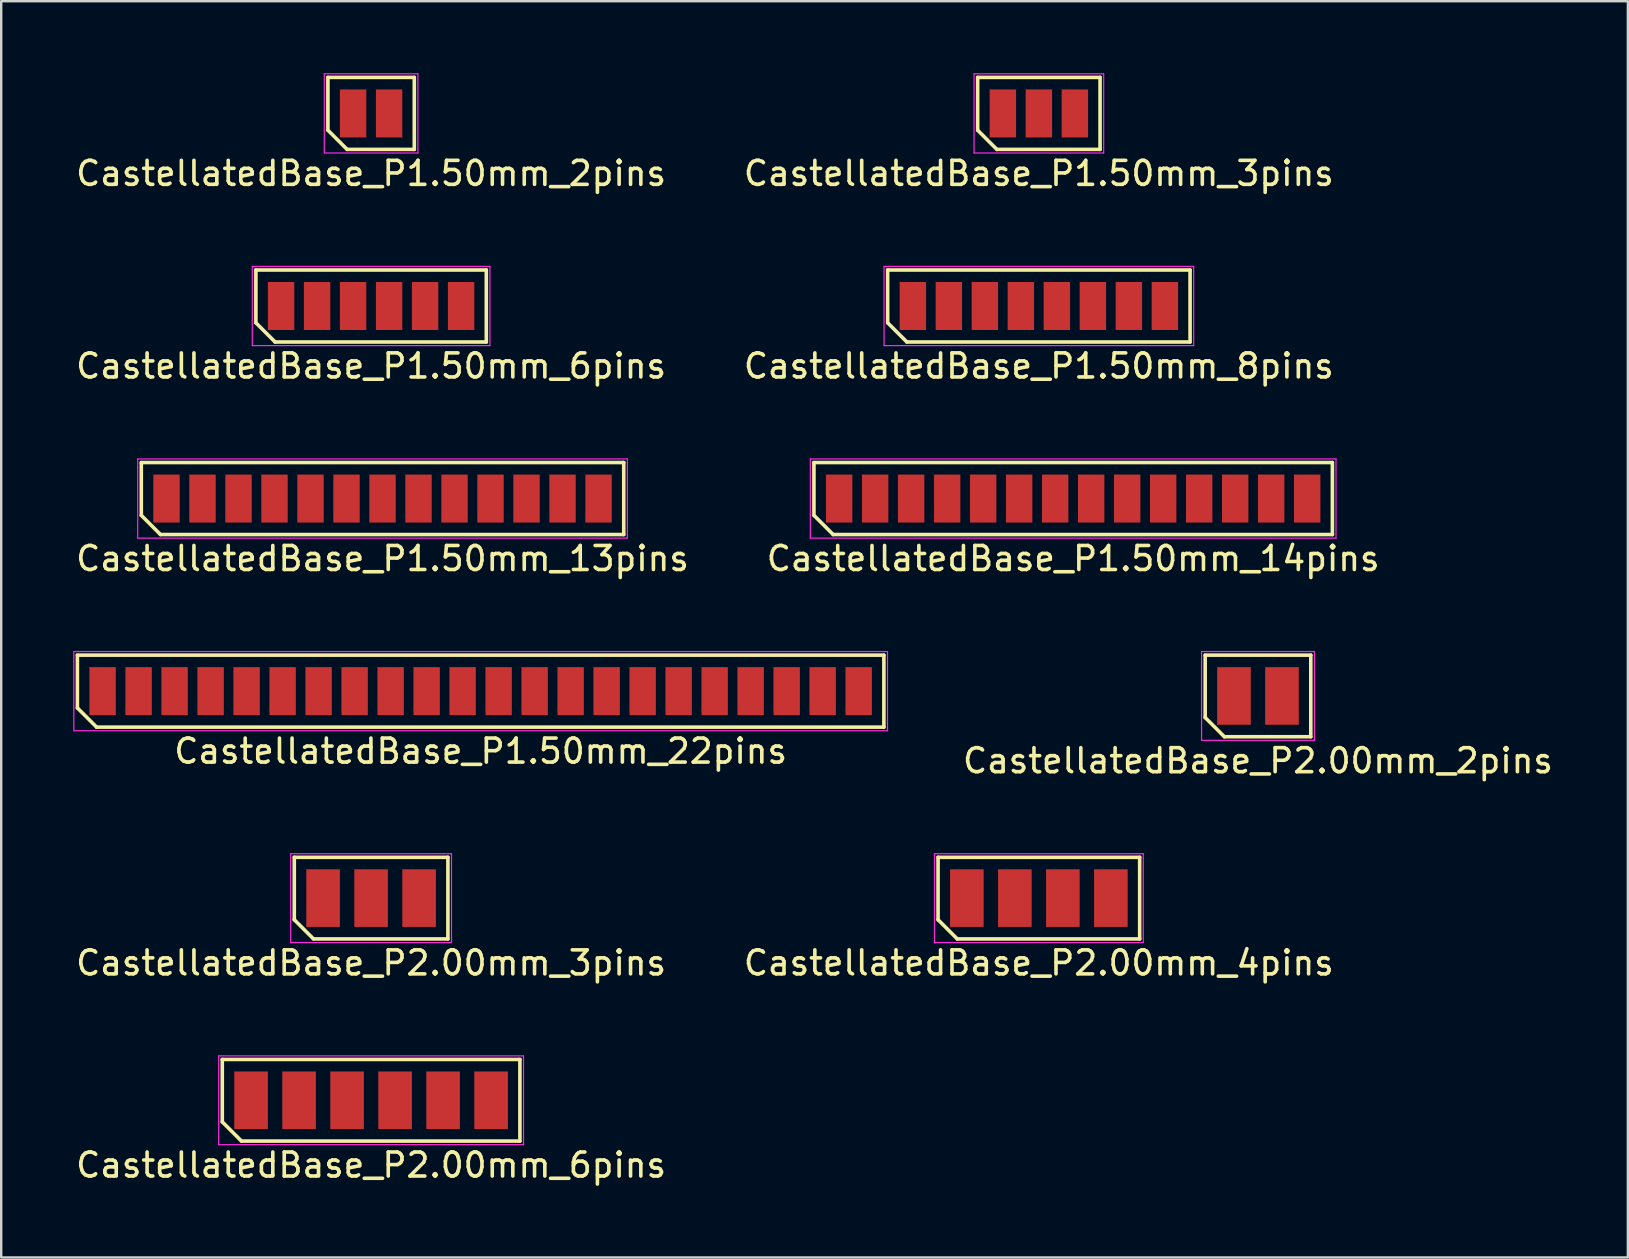
<source format=kicad_pcb>
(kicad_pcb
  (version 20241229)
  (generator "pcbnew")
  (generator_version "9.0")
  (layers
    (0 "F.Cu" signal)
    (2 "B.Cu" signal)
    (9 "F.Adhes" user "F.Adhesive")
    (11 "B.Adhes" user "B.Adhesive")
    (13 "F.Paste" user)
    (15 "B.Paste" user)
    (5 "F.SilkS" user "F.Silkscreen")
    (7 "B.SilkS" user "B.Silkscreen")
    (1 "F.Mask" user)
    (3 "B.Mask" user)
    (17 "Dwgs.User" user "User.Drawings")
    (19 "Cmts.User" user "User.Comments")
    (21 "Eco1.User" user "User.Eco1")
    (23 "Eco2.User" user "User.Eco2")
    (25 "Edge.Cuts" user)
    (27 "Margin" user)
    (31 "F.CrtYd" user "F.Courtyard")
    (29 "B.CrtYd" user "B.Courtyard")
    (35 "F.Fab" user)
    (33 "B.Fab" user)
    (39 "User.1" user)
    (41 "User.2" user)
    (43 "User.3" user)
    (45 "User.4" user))
  (footprint "CastellatedBase_P1.50mm_13pins"
    (layer "F.Cu")
    (at 12.887 17.721)
    (property "Reference" "CastellatedBase_P1.50mm_13pins" (at 0 2.5 0) (layer "F.SilkS") (effects (font (size 1 1) (thickness 0.15))))
    (attr smd)
    (fp_line (start -10.05 -1.5) (end 10.05 -1.5) (stroke (width 0.15) (type solid)) (layer "F.SilkS"))
    (fp_line (start -10.05 0.7) (end -10.05 -1.5) (stroke (width 0.15) (type solid)) (layer "F.SilkS"))
    (fp_line (start -9.25 1.5) (end -10.05 0.7) (stroke (width 0.15) (type solid)) (layer "F.SilkS"))
    (fp_line (start 10.05 -1.5) (end 10.05 1.5) (stroke (width 0.15) (type solid)) (layer "F.SilkS"))
    (fp_line (start 10.05 1.5) (end -9.25 1.5) (stroke (width 0.15) (type solid)) (layer "F.SilkS"))
    (fp_line (start -10.2 -1.65) (end 10.2 -1.65) (stroke (width 0.05) (type solid)) (layer "F.CrtYd"))
    (fp_line (start -10.2 1.65) (end -10.2 -1.65) (stroke (width 0.05) (type solid)) (layer "F.CrtYd"))
    (fp_line (start 10.2 -1.65) (end 10.2 1.65) (stroke (width 0.05) (type solid)) (layer "F.CrtYd"))
    (fp_line (start 10.2 1.65) (end -10.2 1.65) (stroke (width 0.05) (type solid)) (layer "F.CrtYd"))
    (pad "1" smd rect (at -9 0) (size 1.1 2) (layers "F.Cu" "F.Mask" "F.Paste"))
    (pad "2" smd rect (at -7.5 0) (size 1.1 2) (layers "F.Cu" "F.Mask" "F.Paste"))
    (pad "3" smd rect (at -6 0) (size 1.1 2) (layers "F.Cu" "F.Mask" "F.Paste"))
    (pad "4" smd rect (at -4.5 0) (size 1.1 2) (layers "F.Cu" "F.Mask" "F.Paste"))
    (pad "5" smd rect (at -3 0) (size 1.1 2) (layers "F.Cu" "F.Mask" "F.Paste"))
    (pad "6" smd rect (at -1.5 0) (size 1.1 2) (layers "F.Cu" "F.Mask" "F.Paste"))
    (pad "7" smd rect (at 0 0) (size 1.1 2) (layers "F.Cu" "F.Mask" "F.Paste"))
    (pad "8" smd rect (at 1.5 0) (size 1.1 2) (layers "F.Cu" "F.Mask" "F.Paste"))
    (pad "9" smd rect (at 3 0) (size 1.1 2) (layers "F.Cu" "F.Mask" "F.Paste"))
    (pad "10" smd rect (at 4.5 0) (size 1.1 2) (layers "F.Cu" "F.Mask" "F.Paste"))
    (pad "11" smd rect (at 6 0) (size 1.1 2) (layers "F.Cu" "F.Mask" "F.Paste"))
    (pad "12" smd rect (at 7.5 0) (size 1.1 2) (layers "F.Cu" "F.Mask" "F.Paste"))
    (pad "13" smd rect (at 9 0) (size 1.1 2) (layers "F.Cu" "F.Mask" "F.Paste")))
  (footprint "CastellatedBase_P1.50mm_22pins"
    (layer "F.Cu")
    (at 16.975 25.745)
    (property "Reference" "CastellatedBase_P1.50mm_22pins" (at 0 2.5 0) (layer "F.SilkS") (effects (font (size 1 1) (thickness 0.15))))
    (attr smd)
    (fp_line (start -16.8 -1.5) (end 16.8 -1.5) (stroke (width 0.15) (type solid)) (layer "F.SilkS"))
    (fp_line (start -16.8 0.7) (end -16.8 -1.5) (stroke (width 0.15) (type solid)) (layer "F.SilkS"))
    (fp_line (start -16 1.5) (end -16.8 0.7) (stroke (width 0.15) (type solid)) (layer "F.SilkS"))
    (fp_line (start 16.8 -1.5) (end 16.8 1.5) (stroke (width 0.15) (type solid)) (layer "F.SilkS"))
    (fp_line (start 16.8 1.5) (end -16 1.5) (stroke (width 0.15) (type solid)) (layer "F.SilkS"))
    (fp_line (start -16.95 -1.65) (end 16.95 -1.65) (stroke (width 0.05) (type solid)) (layer "F.CrtYd"))
    (fp_line (start -16.95 1.65) (end -16.95 -1.65) (stroke (width 0.05) (type solid)) (layer "F.CrtYd"))
    (fp_line (start 16.95 -1.65) (end 16.95 1.65) (stroke (width 0.05) (type solid)) (layer "F.CrtYd"))
    (fp_line (start 16.95 1.65) (end -16.95 1.65) (stroke (width 0.05) (type solid)) (layer "F.CrtYd"))
    (pad "1" smd rect (at -15.75 0) (size 1.1 2) (layers "F.Cu" "F.Mask" "F.Paste"))
    (pad "2" smd rect (at -14.25 0) (size 1.1 2) (layers "F.Cu" "F.Mask" "F.Paste"))
    (pad "3" smd rect (at -12.75 0) (size 1.1 2) (layers "F.Cu" "F.Mask" "F.Paste"))
    (pad "4" smd rect (at -11.25 0) (size 1.1 2) (layers "F.Cu" "F.Mask" "F.Paste"))
    (pad "5" smd rect (at -9.75 0) (size 1.1 2) (layers "F.Cu" "F.Mask" "F.Paste"))
    (pad "6" smd rect (at -8.25 0) (size 1.1 2) (layers "F.Cu" "F.Mask" "F.Paste"))
    (pad "7" smd rect (at -6.75 0) (size 1.1 2) (layers "F.Cu" "F.Mask" "F.Paste"))
    (pad "8" smd rect (at -5.25 0) (size 1.1 2) (layers "F.Cu" "F.Mask" "F.Paste"))
    (pad "9" smd rect (at -3.75 0) (size 1.1 2) (layers "F.Cu" "F.Mask" "F.Paste"))
    (pad "10" smd rect (at -2.25 0) (size 1.1 2) (layers "F.Cu" "F.Mask" "F.Paste"))
    (pad "11" smd rect (at -0.75 0) (size 1.1 2) (layers "F.Cu" "F.Mask" "F.Paste"))
    (pad "12" smd rect (at 0.75 0) (size 1.1 2) (layers "F.Cu" "F.Mask" "F.Paste"))
    (pad "13" smd rect (at 2.25 0) (size 1.1 2) (layers "F.Cu" "F.Mask" "F.Paste"))
    (pad "14" smd rect (at 3.75 0) (size 1.1 2) (layers "F.Cu" "F.Mask" "F.Paste"))
    (pad "15" smd rect (at 5.25 0) (size 1.1 2) (layers "F.Cu" "F.Mask" "F.Paste"))
    (pad "16" smd rect (at 6.75 0) (size 1.1 2) (layers "F.Cu" "F.Mask" "F.Paste"))
    (pad "17" smd rect (at 8.25 0) (size 1.1 2) (layers "F.Cu" "F.Mask" "F.Paste"))
    (pad "18" smd rect (at 9.75 0) (size 1.1 2) (layers "F.Cu" "F.Mask" "F.Paste"))
    (pad "19" smd rect (at 11.25 0) (size 1.1 2) (layers "F.Cu" "F.Mask" "F.Paste"))
    (pad "20" smd rect (at 12.75 0) (size 1.1 2) (layers "F.Cu" "F.Mask" "F.Paste"))
    (pad "21" smd rect (at 14.25 0) (size 1.1 2) (layers "F.Cu" "F.Mask" "F.Paste"))
    (pad "22" smd rect (at 15.75 0) (size 1.1 2) (layers "F.Cu" "F.Mask" "F.Paste")))
  (footprint "CastellatedBase_P1.50mm_3pins"
    (layer "F.Cu")
    (at 40.232 1.675)
    (property "Reference" "CastellatedBase_P1.50mm_3pins" (at 0 2.5 0) (layer "F.SilkS") (effects (font (size 1 1) (thickness 0.15))))
    (attr smd)
    (fp_line (start -2.55 -1.5) (end 2.55 -1.5) (stroke (width 0.15) (type solid)) (layer "F.SilkS"))
    (fp_line (start -2.55 0.7) (end -2.55 -1.5) (stroke (width 0.15) (type solid)) (layer "F.SilkS"))
    (fp_line (start -1.75 1.5) (end -2.55 0.7) (stroke (width 0.15) (type solid)) (layer "F.SilkS"))
    (fp_line (start 2.55 -1.5) (end 2.55 1.5) (stroke (width 0.15) (type solid)) (layer "F.SilkS"))
    (fp_line (start 2.55 1.5) (end -1.75 1.5) (stroke (width 0.15) (type solid)) (layer "F.SilkS"))
    (fp_line (start -2.7 -1.65) (end 2.7 -1.65) (stroke (width 0.05) (type solid)) (layer "F.CrtYd"))
    (fp_line (start -2.7 1.65) (end -2.7 -1.65) (stroke (width 0.05) (type solid)) (layer "F.CrtYd"))
    (fp_line (start 2.7 -1.65) (end 2.7 1.65) (stroke (width 0.05) (type solid)) (layer "F.CrtYd"))
    (fp_line (start 2.7 1.65) (end -2.7 1.65) (stroke (width 0.05) (type solid)) (layer "F.CrtYd"))
    (pad "1" smd rect (at -1.5 0) (size 1.1 2) (layers "F.Cu" "F.Mask" "F.Paste"))
    (pad "2" smd rect (at 0 0) (size 1.1 2) (layers "F.Cu" "F.Mask" "F.Paste"))
    (pad "3" smd rect (at 1.5 0) (size 1.1 2) (layers "F.Cu" "F.Mask" "F.Paste")))
  (footprint "CastellatedBase_P2.00mm_3pins"
    (layer "F.Cu")
    (at 12.411 34.368)
    (property "Reference" "CastellatedBase_P2.00mm_3pins" (at 0 2.7 0) (layer "F.SilkS") (effects (font (size 1 1) (thickness 0.15))))
    (attr smd)
    (fp_line (start -3.2 -1.7) (end 3.2 -1.7) (stroke (width 0.15) (type solid)) (layer "F.SilkS"))
    (fp_line (start -3.2 0.9) (end -3.2 -1.7) (stroke (width 0.15) (type solid)) (layer "F.SilkS"))
    (fp_line (start -2.4 1.7) (end -3.2 0.9) (stroke (width 0.15) (type solid)) (layer "F.SilkS"))
    (fp_line (start 3.2 -1.7) (end 3.2 1.7) (stroke (width 0.15) (type solid)) (layer "F.SilkS"))
    (fp_line (start 3.2 1.7) (end -2.4 1.7) (stroke (width 0.15) (type solid)) (layer "F.SilkS"))
    (fp_line (start -3.35 -1.85) (end 3.35 -1.85) (stroke (width 0.05) (type solid)) (layer "F.CrtYd"))
    (fp_line (start -3.35 1.85) (end -3.35 -1.85) (stroke (width 0.05) (type solid)) (layer "F.CrtYd"))
    (fp_line (start 3.35 -1.85) (end 3.35 1.85) (stroke (width 0.05) (type solid)) (layer "F.CrtYd"))
    (fp_line (start 3.35 1.85) (end -3.35 1.85) (stroke (width 0.05) (type solid)) (layer "F.CrtYd"))
    (pad "1" smd rect (at -2 0) (size 1.4 2.4) (layers "F.Cu" "F.Mask" "F.Paste"))
    (pad "2" smd rect (at 0 0) (size 1.4 2.4) (layers "F.Cu" "F.Mask" "F.Paste"))
    (pad "3" smd rect (at 2 0) (size 1.4 2.4) (layers "F.Cu" "F.Mask" "F.Paste")))
  (footprint "CastellatedBase_P2.00mm_4pins"
    (layer "F.Cu")
    (at 40.232 34.368)
    (property "Reference" "CastellatedBase_P2.00mm_4pins" (at 0 2.7 0) (layer "F.SilkS") (effects (font (size 1 1) (thickness 0.15))))
    (attr smd)
    (fp_line (start -4.2 -1.7) (end 4.2 -1.7) (stroke (width 0.15) (type solid)) (layer "F.SilkS"))
    (fp_line (start -4.2 0.9) (end -4.2 -1.7) (stroke (width 0.15) (type solid)) (layer "F.SilkS"))
    (fp_line (start -3.4 1.7) (end -4.2 0.9) (stroke (width 0.15) (type solid)) (layer "F.SilkS"))
    (fp_line (start 4.2 -1.7) (end 4.2 1.7) (stroke (width 0.15) (type solid)) (layer "F.SilkS"))
    (fp_line (start 4.2 1.7) (end -3.4 1.7) (stroke (width 0.15) (type solid)) (layer "F.SilkS"))
    (fp_line (start -4.35 -1.85) (end 4.35 -1.85) (stroke (width 0.05) (type solid)) (layer "F.CrtYd"))
    (fp_line (start -4.35 1.85) (end -4.35 -1.85) (stroke (width 0.05) (type solid)) (layer "F.CrtYd"))
    (fp_line (start 4.35 -1.85) (end 4.35 1.85) (stroke (width 0.05) (type solid)) (layer "F.CrtYd"))
    (fp_line (start 4.35 1.85) (end -4.35 1.85) (stroke (width 0.05) (type solid)) (layer "F.CrtYd"))
    (pad "1" smd rect (at -3 0) (size 1.4 2.4) (layers "F.Cu" "F.Mask" "F.Paste"))
    (pad "2" smd rect (at -1 0) (size 1.4 2.4) (layers "F.Cu" "F.Mask" "F.Paste"))
    (pad "3" smd rect (at 1 0) (size 1.4 2.4) (layers "F.Cu" "F.Mask" "F.Paste"))
    (pad "4" smd rect (at 3 0) (size 1.4 2.4) (layers "F.Cu" "F.Mask" "F.Paste")))
  (footprint "CastellatedBase_P1.50mm_8pins"
    (layer "F.Cu")
    (at 40.232 9.698)
    (property "Reference" "CastellatedBase_P1.50mm_8pins" (at 0 2.5 0) (layer "F.SilkS") (effects (font (size 1 1) (thickness 0.15))))
    (attr smd)
    (fp_line (start -6.3 -1.5) (end 6.3 -1.5) (stroke (width 0.15) (type solid)) (layer "F.SilkS"))
    (fp_line (start -6.3 0.7) (end -6.3 -1.5) (stroke (width 0.15) (type solid)) (layer "F.SilkS"))
    (fp_line (start -5.5 1.5) (end -6.3 0.7) (stroke (width 0.15) (type solid)) (layer "F.SilkS"))
    (fp_line (start 6.3 -1.5) (end 6.3 1.5) (stroke (width 0.15) (type solid)) (layer "F.SilkS"))
    (fp_line (start 6.3 1.5) (end -5.5 1.5) (stroke (width 0.15) (type solid)) (layer "F.SilkS"))
    (fp_line (start -6.45 -1.65) (end 6.45 -1.65) (stroke (width 0.05) (type solid)) (layer "F.CrtYd"))
    (fp_line (start -6.45 1.65) (end -6.45 -1.65) (stroke (width 0.05) (type solid)) (layer "F.CrtYd"))
    (fp_line (start 6.45 -1.65) (end 6.45 1.65) (stroke (width 0.05) (type solid)) (layer "F.CrtYd"))
    (fp_line (start 6.45 1.65) (end -6.45 1.65) (stroke (width 0.05) (type solid)) (layer "F.CrtYd"))
    (pad "1" smd rect (at -5.25 0) (size 1.1 2) (layers "F.Cu" "F.Mask" "F.Paste"))
    (pad "2" smd rect (at -3.75 0) (size 1.1 2) (layers "F.Cu" "F.Mask" "F.Paste"))
    (pad "3" smd rect (at -2.25 0) (size 1.1 2) (layers "F.Cu" "F.Mask" "F.Paste"))
    (pad "4" smd rect (at -0.75 0) (size 1.1 2) (layers "F.Cu" "F.Mask" "F.Paste"))
    (pad "5" smd rect (at 0.75 0) (size 1.1 2) (layers "F.Cu" "F.Mask" "F.Paste"))
    (pad "6" smd rect (at 2.25 0) (size 1.1 2) (layers "F.Cu" "F.Mask" "F.Paste"))
    (pad "7" smd rect (at 3.75 0) (size 1.1 2) (layers "F.Cu" "F.Mask" "F.Paste"))
    (pad "8" smd rect (at 5.25 0) (size 1.1 2) (layers "F.Cu" "F.Mask" "F.Paste")))
  (footprint "CastellatedBase_P1.50mm_2pins"
    (layer "F.Cu")
    (at 12.411 1.675)
    (property "Reference" "CastellatedBase_P1.50mm_2pins" (at 0 2.5 0) (layer "F.SilkS") (effects (font (size 1 1) (thickness 0.15))))
    (attr smd)
    (fp_line (start -1.8 -1.5) (end 1.8 -1.5) (stroke (width 0.15) (type solid)) (layer "F.SilkS"))
    (fp_line (start -1.8 0.7) (end -1.8 -1.5) (stroke (width 0.15) (type solid)) (layer "F.SilkS"))
    (fp_line (start -1 1.5) (end -1.8 0.7) (stroke (width 0.15) (type solid)) (layer "F.SilkS"))
    (fp_line (start 1.8 -1.5) (end 1.8 1.5) (stroke (width 0.15) (type solid)) (layer "F.SilkS"))
    (fp_line (start 1.8 1.5) (end -1 1.5) (stroke (width 0.15) (type solid)) (layer "F.SilkS"))
    (fp_line (start -1.95 -1.65) (end 1.95 -1.65) (stroke (width 0.05) (type solid)) (layer "F.CrtYd"))
    (fp_line (start -1.95 1.65) (end -1.95 -1.65) (stroke (width 0.05) (type solid)) (layer "F.CrtYd"))
    (fp_line (start 1.95 -1.65) (end 1.95 1.65) (stroke (width 0.05) (type solid)) (layer "F.CrtYd"))
    (fp_line (start 1.95 1.65) (end -1.95 1.65) (stroke (width 0.05) (type solid)) (layer "F.CrtYd"))
    (pad "1" smd rect (at -0.75 0) (size 1.1 2) (layers "F.Cu" "F.Mask" "F.Paste"))
    (pad "2" smd rect (at 0.75 0) (size 1.1 2) (layers "F.Cu" "F.Mask" "F.Paste")))
  (footprint "CastellatedBase_P2.00mm_2pins"
    (layer "F.Cu")
    (at 49.361 25.945)
    (property "Reference" "CastellatedBase_P2.00mm_2pins" (at 0 2.7 0) (layer "F.SilkS") (effects (font (size 1 1) (thickness 0.15))))
    (attr smd)
    (fp_line (start -2.2 -1.7) (end 2.2 -1.7) (stroke (width 0.15) (type solid)) (layer "F.SilkS"))
    (fp_line (start -2.2 0.9) (end -2.2 -1.7) (stroke (width 0.15) (type solid)) (layer "F.SilkS"))
    (fp_line (start -1.4 1.7) (end -2.2 0.9) (stroke (width 0.15) (type solid)) (layer "F.SilkS"))
    (fp_line (start 2.2 -1.7) (end 2.2 1.7) (stroke (width 0.15) (type solid)) (layer "F.SilkS"))
    (fp_line (start 2.2 1.7) (end -1.4 1.7) (stroke (width 0.15) (type solid)) (layer "F.SilkS"))
    (fp_line (start -2.35 -1.85) (end 2.35 -1.85) (stroke (width 0.05) (type solid)) (layer "F.CrtYd"))
    (fp_line (start -2.35 1.85) (end -2.35 -1.85) (stroke (width 0.05) (type solid)) (layer "F.CrtYd"))
    (fp_line (start 2.35 -1.85) (end 2.35 1.85) (stroke (width 0.05) (type solid)) (layer "F.CrtYd"))
    (fp_line (start 2.35 1.85) (end -2.35 1.85) (stroke (width 0.05) (type solid)) (layer "F.CrtYd"))
    (pad "1" smd rect (at -1 0) (size 1.4 2.4) (layers "F.Cu" "F.Mask" "F.Paste"))
    (pad "2" smd rect (at 1 0) (size 1.4 2.4) (layers "F.Cu" "F.Mask" "F.Paste")))
  (footprint "CastellatedBase_P2.00mm_6pins"
    (layer "F.Cu")
    (at 12.411 42.791)
    (property "Reference" "CastellatedBase_P2.00mm_6pins" (at 0 2.7 0) (layer "F.SilkS") (effects (font (size 1 1) (thickness 0.15))))
    (attr smd)
    (fp_line (start -6.2 -1.7) (end 6.2 -1.7) (stroke (width 0.15) (type solid)) (layer "F.SilkS"))
    (fp_line (start -6.2 0.9) (end -6.2 -1.7) (stroke (width 0.15) (type solid)) (layer "F.SilkS"))
    (fp_line (start -5.4 1.7) (end -6.2 0.9) (stroke (width 0.15) (type solid)) (layer "F.SilkS"))
    (fp_line (start 6.2 -1.7) (end 6.2 1.7) (stroke (width 0.15) (type solid)) (layer "F.SilkS"))
    (fp_line (start 6.2 1.7) (end -5.4 1.7) (stroke (width 0.15) (type solid)) (layer "F.SilkS"))
    (fp_line (start -6.35 -1.85) (end 6.35 -1.85) (stroke (width 0.05) (type solid)) (layer "F.CrtYd"))
    (fp_line (start -6.35 1.85) (end -6.35 -1.85) (stroke (width 0.05) (type solid)) (layer "F.CrtYd"))
    (fp_line (start 6.35 -1.85) (end 6.35 1.85) (stroke (width 0.05) (type solid)) (layer "F.CrtYd"))
    (fp_line (start 6.35 1.85) (end -6.35 1.85) (stroke (width 0.05) (type solid)) (layer "F.CrtYd"))
    (pad "1" smd rect (at -5 0) (size 1.4 2.4) (layers "F.Cu" "F.Mask" "F.Paste"))
    (pad "2" smd rect (at -3 0) (size 1.4 2.4) (layers "F.Cu" "F.Mask" "F.Paste"))
    (pad "3" smd rect (at -1 0) (size 1.4 2.4) (layers "F.Cu" "F.Mask" "F.Paste"))
    (pad "4" smd rect (at 1 0) (size 1.4 2.4) (layers "F.Cu" "F.Mask" "F.Paste"))
    (pad "5" smd rect (at 3 0) (size 1.4 2.4) (layers "F.Cu" "F.Mask" "F.Paste"))
    (pad "6" smd rect (at 5 0) (size 1.4 2.4) (layers "F.Cu" "F.Mask" "F.Paste")))
  (footprint "CastellatedBase_P1.50mm_14pins"
    (layer "F.Cu")
    (at 41.661 17.721)
    (property "Reference" "CastellatedBase_P1.50mm_14pins" (at 0 2.5 0) (layer "F.SilkS") (effects (font (size 1 1) (thickness 0.15))))
    (attr smd)
    (fp_line (start -10.8 -1.5) (end 10.8 -1.5) (stroke (width 0.15) (type solid)) (layer "F.SilkS"))
    (fp_line (start -10.8 0.7) (end -10.8 -1.5) (stroke (width 0.15) (type solid)) (layer "F.SilkS"))
    (fp_line (start -10 1.5) (end -10.8 0.7) (stroke (width 0.15) (type solid)) (layer "F.SilkS"))
    (fp_line (start 10.8 -1.5) (end 10.8 1.5) (stroke (width 0.15) (type solid)) (layer "F.SilkS"))
    (fp_line (start 10.8 1.5) (end -10 1.5) (stroke (width 0.15) (type solid)) (layer "F.SilkS"))
    (fp_line (start -10.95 -1.65) (end 10.95 -1.65) (stroke (width 0.05) (type solid)) (layer "F.CrtYd"))
    (fp_line (start -10.95 1.65) (end -10.95 -1.65) (stroke (width 0.05) (type solid)) (layer "F.CrtYd"))
    (fp_line (start 10.95 -1.65) (end 10.95 1.65) (stroke (width 0.05) (type solid)) (layer "F.CrtYd"))
    (fp_line (start 10.95 1.65) (end -10.95 1.65) (stroke (width 0.05) (type solid)) (layer "F.CrtYd"))
    (pad "1" smd rect (at -9.75 0) (size 1.1 2) (layers "F.Cu" "F.Mask" "F.Paste"))
    (pad "2" smd rect (at -8.25 0) (size 1.1 2) (layers "F.Cu" "F.Mask" "F.Paste"))
    (pad "3" smd rect (at -6.75 0) (size 1.1 2) (layers "F.Cu" "F.Mask" "F.Paste"))
    (pad "4" smd rect (at -5.25 0) (size 1.1 2) (layers "F.Cu" "F.Mask" "F.Paste"))
    (pad "5" smd rect (at -3.75 0) (size 1.1 2) (layers "F.Cu" "F.Mask" "F.Paste"))
    (pad "6" smd rect (at -2.25 0) (size 1.1 2) (layers "F.Cu" "F.Mask" "F.Paste"))
    (pad "7" smd rect (at -0.75 0) (size 1.1 2) (layers "F.Cu" "F.Mask" "F.Paste"))
    (pad "8" smd rect (at 0.75 0) (size 1.1 2) (layers "F.Cu" "F.Mask" "F.Paste"))
    (pad "9" smd rect (at 2.25 0) (size 1.1 2) (layers "F.Cu" "F.Mask" "F.Paste"))
    (pad "10" smd rect (at 3.75 0) (size 1.1 2) (layers "F.Cu" "F.Mask" "F.Paste"))
    (pad "11" smd rect (at 5.25 0) (size 1.1 2) (layers "F.Cu" "F.Mask" "F.Paste"))
    (pad "12" smd rect (at 6.75 0) (size 1.1 2) (layers "F.Cu" "F.Mask" "F.Paste"))
    (pad "13" smd rect (at 8.25 0) (size 1.1 2) (layers "F.Cu" "F.Mask" "F.Paste"))
    (pad "14" smd rect (at 9.75 0) (size 1.1 2) (layers "F.Cu" "F.Mask" "F.Paste")))
  (footprint "CastellatedBase_P1.50mm_6pins"
    (layer "F.Cu")
    (at 12.411 9.698)
    (property "Reference" "CastellatedBase_P1.50mm_6pins" (at 0 2.5 0) (layer "F.SilkS") (effects (font (size 1 1) (thickness 0.15))))
    (attr smd)
    (fp_line (start -4.8 -1.5) (end 4.8 -1.5) (stroke (width 0.15) (type solid)) (layer "F.SilkS"))
    (fp_line (start -4.8 0.7) (end -4.8 -1.5) (stroke (width 0.15) (type solid)) (layer "F.SilkS"))
    (fp_line (start -4 1.5) (end -4.8 0.7) (stroke (width 0.15) (type solid)) (layer "F.SilkS"))
    (fp_line (start 4.8 -1.5) (end 4.8 1.5) (stroke (width 0.15) (type solid)) (layer "F.SilkS"))
    (fp_line (start 4.8 1.5) (end -4 1.5) (stroke (width 0.15) (type solid)) (layer "F.SilkS"))
    (fp_line (start -4.95 -1.65) (end 4.95 -1.65) (stroke (width 0.05) (type solid)) (layer "F.CrtYd"))
    (fp_line (start -4.95 1.65) (end -4.95 -1.65) (stroke (width 0.05) (type solid)) (layer "F.CrtYd"))
    (fp_line (start 4.95 -1.65) (end 4.95 1.65) (stroke (width 0.05) (type solid)) (layer "F.CrtYd"))
    (fp_line (start 4.95 1.65) (end -4.95 1.65) (stroke (width 0.05) (type solid)) (layer "F.CrtYd"))
    (pad "1" smd rect (at -3.75 0) (size 1.1 2) (layers "F.Cu" "F.Mask" "F.Paste"))
    (pad "2" smd rect (at -2.25 0) (size 1.1 2) (layers "F.Cu" "F.Mask" "F.Paste"))
    (pad "3" smd rect (at -0.75 0) (size 1.1 2) (layers "F.Cu" "F.Mask" "F.Paste"))
    (pad "4" smd rect (at 0.75 0) (size 1.1 2) (layers "F.Cu" "F.Mask" "F.Paste"))
    (pad "5" smd rect (at 2.25 0) (size 1.1 2) (layers "F.Cu" "F.Mask" "F.Paste"))
    (pad "6" smd rect (at 3.75 0) (size 1.1 2) (layers "F.Cu" "F.Mask" "F.Paste")))
  (gr_rect
    (start -3 -3)
    (end 64.771 49.34)
    (stroke (width 0.1) (type default))
    (fill no)
    (layer "Edge.Cuts")))
</source>
